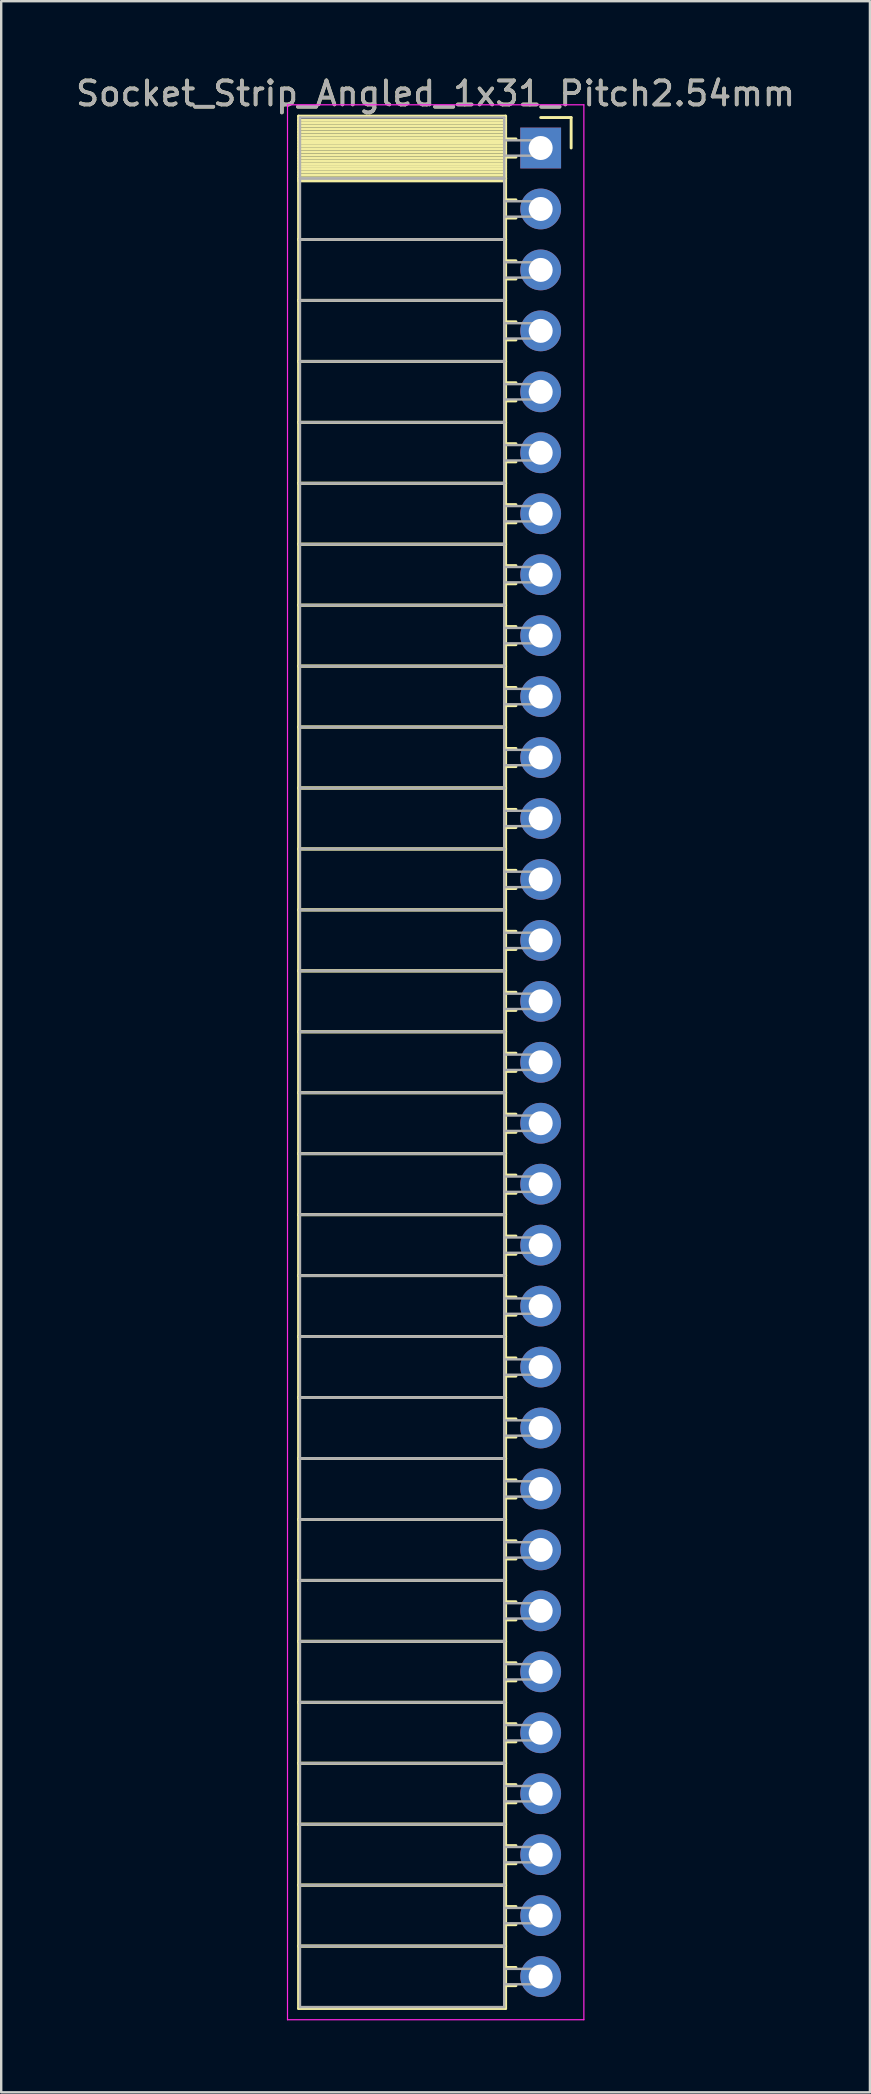
<source format=kicad_pcb>
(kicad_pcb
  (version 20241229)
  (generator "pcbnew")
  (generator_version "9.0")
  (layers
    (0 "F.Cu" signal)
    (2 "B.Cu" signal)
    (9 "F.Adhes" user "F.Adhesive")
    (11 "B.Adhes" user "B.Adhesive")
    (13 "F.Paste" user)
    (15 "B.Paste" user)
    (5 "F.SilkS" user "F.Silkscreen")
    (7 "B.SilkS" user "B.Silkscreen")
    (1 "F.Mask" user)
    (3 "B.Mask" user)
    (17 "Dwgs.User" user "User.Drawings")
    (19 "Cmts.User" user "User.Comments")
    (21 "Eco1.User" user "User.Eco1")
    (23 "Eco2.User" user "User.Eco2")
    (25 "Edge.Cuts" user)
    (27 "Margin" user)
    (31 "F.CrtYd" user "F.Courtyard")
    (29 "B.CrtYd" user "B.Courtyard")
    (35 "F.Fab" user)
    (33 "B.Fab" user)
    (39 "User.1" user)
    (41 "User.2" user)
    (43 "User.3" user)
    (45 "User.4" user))
  (footprint "Socket_Strip_Angled_1x31_Pitch2.54mm"
    (layer "F.Cu")
    (at 19.481 3.118)
    (property "Reference" "Socket_Strip_Angled_1x31_Pitch2.54mm" (at -4.38 -2.27 0) (layer "F.SilkS") (effects (font (size 1 1) (thickness 0.15))))
    (attr through_hole)
    (fp_line (start -10.09 -1.33) (end -1.46 -1.33) (stroke (width 0.12) (type solid)) (layer "F.SilkS"))
    (fp_line (start -10.09 1.27) (end -10.09 -1.33) (stroke (width 0.12) (type solid)) (layer "F.SilkS"))
    (fp_line (start -10.09 1.27) (end -1.46 1.27) (stroke (width 0.12) (type solid)) (layer "F.SilkS"))
    (fp_line (start -10.09 3.81) (end -10.09 1.27) (stroke (width 0.12) (type solid)) (layer "F.SilkS"))
    (fp_line (start -10.09 3.81) (end -1.46 3.81) (stroke (width 0.12) (type solid)) (layer "F.SilkS"))
    (fp_line (start -10.09 6.35) (end -10.09 3.81) (stroke (width 0.12) (type solid)) (layer "F.SilkS"))
    (fp_line (start -10.09 6.35) (end -1.46 6.35) (stroke (width 0.12) (type solid)) (layer "F.SilkS"))
    (fp_line (start -10.09 8.89) (end -10.09 6.35) (stroke (width 0.12) (type solid)) (layer "F.SilkS"))
    (fp_line (start -10.09 8.89) (end -1.46 8.89) (stroke (width 0.12) (type solid)) (layer "F.SilkS"))
    (fp_line (start -10.09 11.43) (end -10.09 8.89) (stroke (width 0.12) (type solid)) (layer "F.SilkS"))
    (fp_line (start -10.09 11.43) (end -1.46 11.43) (stroke (width 0.12) (type solid)) (layer "F.SilkS"))
    (fp_line (start -10.09 13.97) (end -10.09 11.43) (stroke (width 0.12) (type solid)) (layer "F.SilkS"))
    (fp_line (start -10.09 13.97) (end -1.46 13.97) (stroke (width 0.12) (type solid)) (layer "F.SilkS"))
    (fp_line (start -10.09 16.51) (end -10.09 13.97) (stroke (width 0.12) (type solid)) (layer "F.SilkS"))
    (fp_line (start -10.09 16.51) (end -1.46 16.51) (stroke (width 0.12) (type solid)) (layer "F.SilkS"))
    (fp_line (start -10.09 19.05) (end -10.09 16.51) (stroke (width 0.12) (type solid)) (layer "F.SilkS"))
    (fp_line (start -10.09 19.05) (end -1.46 19.05) (stroke (width 0.12) (type solid)) (layer "F.SilkS"))
    (fp_line (start -10.09 21.59) (end -10.09 19.05) (stroke (width 0.12) (type solid)) (layer "F.SilkS"))
    (fp_line (start -10.09 21.59) (end -1.46 21.59) (stroke (width 0.12) (type solid)) (layer "F.SilkS"))
    (fp_line (start -10.09 24.13) (end -10.09 21.59) (stroke (width 0.12) (type solid)) (layer "F.SilkS"))
    (fp_line (start -10.09 24.13) (end -1.46 24.13) (stroke (width 0.12) (type solid)) (layer "F.SilkS"))
    (fp_line (start -10.09 26.67) (end -10.09 24.13) (stroke (width 0.12) (type solid)) (layer "F.SilkS"))
    (fp_line (start -10.09 26.67) (end -1.46 26.67) (stroke (width 0.12) (type solid)) (layer "F.SilkS"))
    (fp_line (start -10.09 29.21) (end -10.09 26.67) (stroke (width 0.12) (type solid)) (layer "F.SilkS"))
    (fp_line (start -10.09 29.21) (end -1.46 29.21) (stroke (width 0.12) (type solid)) (layer "F.SilkS"))
    (fp_line (start -10.09 31.75) (end -10.09 29.21) (stroke (width 0.12) (type solid)) (layer "F.SilkS"))
    (fp_line (start -10.09 31.75) (end -1.46 31.75) (stroke (width 0.12) (type solid)) (layer "F.SilkS"))
    (fp_line (start -10.09 34.29) (end -10.09 31.75) (stroke (width 0.12) (type solid)) (layer "F.SilkS"))
    (fp_line (start -10.09 34.29) (end -1.46 34.29) (stroke (width 0.12) (type solid)) (layer "F.SilkS"))
    (fp_line (start -10.09 36.83) (end -10.09 34.29) (stroke (width 0.12) (type solid)) (layer "F.SilkS"))
    (fp_line (start -10.09 36.83) (end -1.46 36.83) (stroke (width 0.12) (type solid)) (layer "F.SilkS"))
    (fp_line (start -10.09 39.37) (end -10.09 36.83) (stroke (width 0.12) (type solid)) (layer "F.SilkS"))
    (fp_line (start -10.09 39.37) (end -1.46 39.37) (stroke (width 0.12) (type solid)) (layer "F.SilkS"))
    (fp_line (start -10.09 41.91) (end -10.09 39.37) (stroke (width 0.12) (type solid)) (layer "F.SilkS"))
    (fp_line (start -10.09 41.91) (end -1.46 41.91) (stroke (width 0.12) (type solid)) (layer "F.SilkS"))
    (fp_line (start -10.09 44.45) (end -10.09 41.91) (stroke (width 0.12) (type solid)) (layer "F.SilkS"))
    (fp_line (start -10.09 44.45) (end -1.46 44.45) (stroke (width 0.12) (type solid)) (layer "F.SilkS"))
    (fp_line (start -10.09 46.99) (end -10.09 44.45) (stroke (width 0.12) (type solid)) (layer "F.SilkS"))
    (fp_line (start -10.09 46.99) (end -1.46 46.99) (stroke (width 0.12) (type solid)) (layer "F.SilkS"))
    (fp_line (start -10.09 49.53) (end -10.09 46.99) (stroke (width 0.12) (type solid)) (layer "F.SilkS"))
    (fp_line (start -10.09 49.53) (end -1.46 49.53) (stroke (width 0.12) (type solid)) (layer "F.SilkS"))
    (fp_line (start -10.09 52.07) (end -10.09 49.53) (stroke (width 0.12) (type solid)) (layer "F.SilkS"))
    (fp_line (start -10.09 52.07) (end -1.46 52.07) (stroke (width 0.12) (type solid)) (layer "F.SilkS"))
    (fp_line (start -10.09 54.61) (end -10.09 52.07) (stroke (width 0.12) (type solid)) (layer "F.SilkS"))
    (fp_line (start -10.09 54.61) (end -1.46 54.61) (stroke (width 0.12) (type solid)) (layer "F.SilkS"))
    (fp_line (start -10.09 57.15) (end -10.09 54.61) (stroke (width 0.12) (type solid)) (layer "F.SilkS"))
    (fp_line (start -10.09 57.15) (end -1.46 57.15) (stroke (width 0.12) (type solid)) (layer "F.SilkS"))
    (fp_line (start -10.09 59.69) (end -10.09 57.15) (stroke (width 0.12) (type solid)) (layer "F.SilkS"))
    (fp_line (start -10.09 59.69) (end -1.46 59.69) (stroke (width 0.12) (type solid)) (layer "F.SilkS"))
    (fp_line (start -10.09 62.23) (end -10.09 59.69) (stroke (width 0.12) (type solid)) (layer "F.SilkS"))
    (fp_line (start -10.09 62.23) (end -1.46 62.23) (stroke (width 0.12) (type solid)) (layer "F.SilkS"))
    (fp_line (start -10.09 64.77) (end -10.09 62.23) (stroke (width 0.12) (type solid)) (layer "F.SilkS"))
    (fp_line (start -10.09 64.77) (end -1.46 64.77) (stroke (width 0.12) (type solid)) (layer "F.SilkS"))
    (fp_line (start -10.09 67.31) (end -10.09 64.77) (stroke (width 0.12) (type solid)) (layer "F.SilkS"))
    (fp_line (start -10.09 67.31) (end -1.46 67.31) (stroke (width 0.12) (type solid)) (layer "F.SilkS"))
    (fp_line (start -10.09 69.85) (end -10.09 67.31) (stroke (width 0.12) (type solid)) (layer "F.SilkS"))
    (fp_line (start -10.09 69.85) (end -1.46 69.85) (stroke (width 0.12) (type solid)) (layer "F.SilkS"))
    (fp_line (start -10.09 72.39) (end -10.09 69.85) (stroke (width 0.12) (type solid)) (layer "F.SilkS"))
    (fp_line (start -10.09 72.39) (end -1.46 72.39) (stroke (width 0.12) (type solid)) (layer "F.SilkS"))
    (fp_line (start -10.09 74.93) (end -10.09 72.39) (stroke (width 0.12) (type solid)) (layer "F.SilkS"))
    (fp_line (start -10.09 74.93) (end -1.46 74.93) (stroke (width 0.12) (type solid)) (layer "F.SilkS"))
    (fp_line (start -10.09 77.53) (end -10.09 74.93) (stroke (width 0.12) (type solid)) (layer "F.SilkS"))
    (fp_line (start -1.46 -1.33) (end -1.46 1.27) (stroke (width 0.12) (type solid)) (layer "F.SilkS"))
    (fp_line (start -1.46 -1.15) (end -10.09 -1.15) (stroke (width 0.12) (type solid)) (layer "F.SilkS"))
    (fp_line (start -1.46 -1.03) (end -10.09 -1.03) (stroke (width 0.12) (type solid)) (layer "F.SilkS"))
    (fp_line (start -1.46 -0.91) (end -10.09 -0.91) (stroke (width 0.12) (type solid)) (layer "F.SilkS"))
    (fp_line (start -1.46 -0.79) (end -10.09 -0.79) (stroke (width 0.12) (type solid)) (layer "F.SilkS"))
    (fp_line (start -1.46 -0.67) (end -10.09 -0.67) (stroke (width 0.12) (type solid)) (layer "F.SilkS"))
    (fp_line (start -1.46 -0.55) (end -10.09 -0.55) (stroke (width 0.12) (type solid)) (layer "F.SilkS"))
    (fp_line (start -1.46 -0.43) (end -10.09 -0.43) (stroke (width 0.12) (type solid)) (layer "F.SilkS"))
    (fp_line (start -1.46 -0.31) (end -10.09 -0.31) (stroke (width 0.12) (type solid)) (layer "F.SilkS"))
    (fp_line (start -1.46 -0.19) (end -10.09 -0.19) (stroke (width 0.12) (type solid)) (layer "F.SilkS"))
    (fp_line (start -1.46 -0.07) (end -10.09 -0.07) (stroke (width 0.12) (type solid)) (layer "F.SilkS"))
    (fp_line (start -1.46 0.05) (end -10.09 0.05) (stroke (width 0.12) (type solid)) (layer "F.SilkS"))
    (fp_line (start -1.46 0.17) (end -10.09 0.17) (stroke (width 0.12) (type solid)) (layer "F.SilkS"))
    (fp_line (start -1.46 0.29) (end -10.09 0.29) (stroke (width 0.12) (type solid)) (layer "F.SilkS"))
    (fp_line (start -1.46 0.41) (end -10.09 0.41) (stroke (width 0.12) (type solid)) (layer "F.SilkS"))
    (fp_line (start -1.46 0.53) (end -10.09 0.53) (stroke (width 0.12) (type solid)) (layer "F.SilkS"))
    (fp_line (start -1.46 0.65) (end -10.09 0.65) (stroke (width 0.12) (type solid)) (layer "F.SilkS"))
    (fp_line (start -1.46 0.77) (end -10.09 0.77) (stroke (width 0.12) (type solid)) (layer "F.SilkS"))
    (fp_line (start -1.46 0.89) (end -10.09 0.89) (stroke (width 0.12) (type solid)) (layer "F.SilkS"))
    (fp_line (start -1.46 1.01) (end -10.09 1.01) (stroke (width 0.12) (type solid)) (layer "F.SilkS"))
    (fp_line (start -1.46 1.13) (end -10.09 1.13) (stroke (width 0.12) (type solid)) (layer "F.SilkS"))
    (fp_line (start -1.46 1.25) (end -10.09 1.25) (stroke (width 0.12) (type solid)) (layer "F.SilkS"))
    (fp_line (start -1.46 1.27) (end -10.09 1.27) (stroke (width 0.12) (type solid)) (layer "F.SilkS"))
    (fp_line (start -1.46 1.27) (end -1.46 3.81) (stroke (width 0.12) (type solid)) (layer "F.SilkS"))
    (fp_line (start -1.46 1.37) (end -10.09 1.37) (stroke (width 0.12) (type solid)) (layer "F.SilkS"))
    (fp_line (start -1.46 3.81) (end -10.09 3.81) (stroke (width 0.12) (type solid)) (layer "F.SilkS"))
    (fp_line (start -1.46 3.81) (end -1.46 6.35) (stroke (width 0.12) (type solid)) (layer "F.SilkS"))
    (fp_line (start -1.46 6.35) (end -10.09 6.35) (stroke (width 0.12) (type solid)) (layer "F.SilkS"))
    (fp_line (start -1.46 6.35) (end -1.46 8.89) (stroke (width 0.12) (type solid)) (layer "F.SilkS"))
    (fp_line (start -1.46 8.89) (end -10.09 8.89) (stroke (width 0.12) (type solid)) (layer "F.SilkS"))
    (fp_line (start -1.46 8.89) (end -1.46 11.43) (stroke (width 0.12) (type solid)) (layer "F.SilkS"))
    (fp_line (start -1.46 11.43) (end -10.09 11.43) (stroke (width 0.12) (type solid)) (layer "F.SilkS"))
    (fp_line (start -1.46 11.43) (end -1.46 13.97) (stroke (width 0.12) (type solid)) (layer "F.SilkS"))
    (fp_line (start -1.46 13.97) (end -10.09 13.97) (stroke (width 0.12) (type solid)) (layer "F.SilkS"))
    (fp_line (start -1.46 13.97) (end -1.46 16.51) (stroke (width 0.12) (type solid)) (layer "F.SilkS"))
    (fp_line (start -1.46 16.51) (end -10.09 16.51) (stroke (width 0.12) (type solid)) (layer "F.SilkS"))
    (fp_line (start -1.46 16.51) (end -1.46 19.05) (stroke (width 0.12) (type solid)) (layer "F.SilkS"))
    (fp_line (start -1.46 19.05) (end -10.09 19.05) (stroke (width 0.12) (type solid)) (layer "F.SilkS"))
    (fp_line (start -1.46 19.05) (end -1.46 21.59) (stroke (width 0.12) (type solid)) (layer "F.SilkS"))
    (fp_line (start -1.46 21.59) (end -10.09 21.59) (stroke (width 0.12) (type solid)) (layer "F.SilkS"))
    (fp_line (start -1.46 21.59) (end -1.46 24.13) (stroke (width 0.12) (type solid)) (layer "F.SilkS"))
    (fp_line (start -1.46 24.13) (end -10.09 24.13) (stroke (width 0.12) (type solid)) (layer "F.SilkS"))
    (fp_line (start -1.46 24.13) (end -1.46 26.67) (stroke (width 0.12) (type solid)) (layer "F.SilkS"))
    (fp_line (start -1.46 26.67) (end -10.09 26.67) (stroke (width 0.12) (type solid)) (layer "F.SilkS"))
    (fp_line (start -1.46 26.67) (end -1.46 29.21) (stroke (width 0.12) (type solid)) (layer "F.SilkS"))
    (fp_line (start -1.46 29.21) (end -10.09 29.21) (stroke (width 0.12) (type solid)) (layer "F.SilkS"))
    (fp_line (start -1.46 29.21) (end -1.46 31.75) (stroke (width 0.12) (type solid)) (layer "F.SilkS"))
    (fp_line (start -1.46 31.75) (end -10.09 31.75) (stroke (width 0.12) (type solid)) (layer "F.SilkS"))
    (fp_line (start -1.46 31.75) (end -1.46 34.29) (stroke (width 0.12) (type solid)) (layer "F.SilkS"))
    (fp_line (start -1.46 34.29) (end -10.09 34.29) (stroke (width 0.12) (type solid)) (layer "F.SilkS"))
    (fp_line (start -1.46 34.29) (end -1.46 36.83) (stroke (width 0.12) (type solid)) (layer "F.SilkS"))
    (fp_line (start -1.46 36.83) (end -10.09 36.83) (stroke (width 0.12) (type solid)) (layer "F.SilkS"))
    (fp_line (start -1.46 36.83) (end -1.46 39.37) (stroke (width 0.12) (type solid)) (layer "F.SilkS"))
    (fp_line (start -1.46 39.37) (end -10.09 39.37) (stroke (width 0.12) (type solid)) (layer "F.SilkS"))
    (fp_line (start -1.46 39.37) (end -1.46 41.91) (stroke (width 0.12) (type solid)) (layer "F.SilkS"))
    (fp_line (start -1.46 41.91) (end -10.09 41.91) (stroke (width 0.12) (type solid)) (layer "F.SilkS"))
    (fp_line (start -1.46 41.91) (end -1.46 44.45) (stroke (width 0.12) (type solid)) (layer "F.SilkS"))
    (fp_line (start -1.46 44.45) (end -10.09 44.45) (stroke (width 0.12) (type solid)) (layer "F.SilkS"))
    (fp_line (start -1.46 44.45) (end -1.46 46.99) (stroke (width 0.12) (type solid)) (layer "F.SilkS"))
    (fp_line (start -1.46 46.99) (end -10.09 46.99) (stroke (width 0.12) (type solid)) (layer "F.SilkS"))
    (fp_line (start -1.46 46.99) (end -1.46 49.53) (stroke (width 0.12) (type solid)) (layer "F.SilkS"))
    (fp_line (start -1.46 49.53) (end -10.09 49.53) (stroke (width 0.12) (type solid)) (layer "F.SilkS"))
    (fp_line (start -1.46 49.53) (end -1.46 52.07) (stroke (width 0.12) (type solid)) (layer "F.SilkS"))
    (fp_line (start -1.46 52.07) (end -10.09 52.07) (stroke (width 0.12) (type solid)) (layer "F.SilkS"))
    (fp_line (start -1.46 52.07) (end -1.46 54.61) (stroke (width 0.12) (type solid)) (layer "F.SilkS"))
    (fp_line (start -1.46 54.61) (end -10.09 54.61) (stroke (width 0.12) (type solid)) (layer "F.SilkS"))
    (fp_line (start -1.46 54.61) (end -1.46 57.15) (stroke (width 0.12) (type solid)) (layer "F.SilkS"))
    (fp_line (start -1.46 57.15) (end -10.09 57.15) (stroke (width 0.12) (type solid)) (layer "F.SilkS"))
    (fp_line (start -1.46 57.15) (end -1.46 59.69) (stroke (width 0.12) (type solid)) (layer "F.SilkS"))
    (fp_line (start -1.46 59.69) (end -10.09 59.69) (stroke (width 0.12) (type solid)) (layer "F.SilkS"))
    (fp_line (start -1.46 59.69) (end -1.46 62.23) (stroke (width 0.12) (type solid)) (layer "F.SilkS"))
    (fp_line (start -1.46 62.23) (end -10.09 62.23) (stroke (width 0.12) (type solid)) (layer "F.SilkS"))
    (fp_line (start -1.46 62.23) (end -1.46 64.77) (stroke (width 0.12) (type solid)) (layer "F.SilkS"))
    (fp_line (start -1.46 64.77) (end -10.09 64.77) (stroke (width 0.12) (type solid)) (layer "F.SilkS"))
    (fp_line (start -1.46 64.77) (end -1.46 67.31) (stroke (width 0.12) (type solid)) (layer "F.SilkS"))
    (fp_line (start -1.46 67.31) (end -10.09 67.31) (stroke (width 0.12) (type solid)) (layer "F.SilkS"))
    (fp_line (start -1.46 67.31) (end -1.46 69.85) (stroke (width 0.12) (type solid)) (layer "F.SilkS"))
    (fp_line (start -1.46 69.85) (end -10.09 69.85) (stroke (width 0.12) (type solid)) (layer "F.SilkS"))
    (fp_line (start -1.46 69.85) (end -1.46 72.39) (stroke (width 0.12) (type solid)) (layer "F.SilkS"))
    (fp_line (start -1.46 72.39) (end -10.09 72.39) (stroke (width 0.12) (type solid)) (layer "F.SilkS"))
    (fp_line (start -1.46 72.39) (end -1.46 74.93) (stroke (width 0.12) (type solid)) (layer "F.SilkS"))
    (fp_line (start -1.46 74.93) (end -10.09 74.93) (stroke (width 0.12) (type solid)) (layer "F.SilkS"))
    (fp_line (start -1.46 74.93) (end -1.46 77.53) (stroke (width 0.12) (type solid)) (layer "F.SilkS"))
    (fp_line (start -1.46 77.53) (end -10.09 77.53) (stroke (width 0.12) (type solid)) (layer "F.SilkS"))
    (fp_line (start -1.03 -0.38) (end -1.46 -0.38) (stroke (width 0.12) (type solid)) (layer "F.SilkS"))
    (fp_line (start -1.03 0.38) (end -1.46 0.38) (stroke (width 0.12) (type solid)) (layer "F.SilkS"))
    (fp_line (start -1.03 2.16) (end -1.46 2.16) (stroke (width 0.12) (type solid)) (layer "F.SilkS"))
    (fp_line (start -1.03 2.92) (end -1.46 2.92) (stroke (width 0.12) (type solid)) (layer "F.SilkS"))
    (fp_line (start -1.03 4.7) (end -1.46 4.7) (stroke (width 0.12) (type solid)) (layer "F.SilkS"))
    (fp_line (start -1.03 5.46) (end -1.46 5.46) (stroke (width 0.12) (type solid)) (layer "F.SilkS"))
    (fp_line (start -1.03 7.24) (end -1.46 7.24) (stroke (width 0.12) (type solid)) (layer "F.SilkS"))
    (fp_line (start -1.03 8) (end -1.46 8) (stroke (width 0.12) (type solid)) (layer "F.SilkS"))
    (fp_line (start -1.03 9.78) (end -1.46 9.78) (stroke (width 0.12) (type solid)) (layer "F.SilkS"))
    (fp_line (start -1.03 10.54) (end -1.46 10.54) (stroke (width 0.12) (type solid)) (layer "F.SilkS"))
    (fp_line (start -1.03 12.32) (end -1.46 12.32) (stroke (width 0.12) (type solid)) (layer "F.SilkS"))
    (fp_line (start -1.03 13.08) (end -1.46 13.08) (stroke (width 0.12) (type solid)) (layer "F.SilkS"))
    (fp_line (start -1.03 14.86) (end -1.46 14.86) (stroke (width 0.12) (type solid)) (layer "F.SilkS"))
    (fp_line (start -1.03 15.62) (end -1.46 15.62) (stroke (width 0.12) (type solid)) (layer "F.SilkS"))
    (fp_line (start -1.03 17.4) (end -1.46 17.4) (stroke (width 0.12) (type solid)) (layer "F.SilkS"))
    (fp_line (start -1.03 18.16) (end -1.46 18.16) (stroke (width 0.12) (type solid)) (layer "F.SilkS"))
    (fp_line (start -1.03 19.94) (end -1.46 19.94) (stroke (width 0.12) (type solid)) (layer "F.SilkS"))
    (fp_line (start -1.03 20.7) (end -1.46 20.7) (stroke (width 0.12) (type solid)) (layer "F.SilkS"))
    (fp_line (start -1.03 22.48) (end -1.46 22.48) (stroke (width 0.12) (type solid)) (layer "F.SilkS"))
    (fp_line (start -1.03 23.24) (end -1.46 23.24) (stroke (width 0.12) (type solid)) (layer "F.SilkS"))
    (fp_line (start -1.03 25.02) (end -1.46 25.02) (stroke (width 0.12) (type solid)) (layer "F.SilkS"))
    (fp_line (start -1.03 25.78) (end -1.46 25.78) (stroke (width 0.12) (type solid)) (layer "F.SilkS"))
    (fp_line (start -1.03 27.56) (end -1.46 27.56) (stroke (width 0.12) (type solid)) (layer "F.SilkS"))
    (fp_line (start -1.03 28.32) (end -1.46 28.32) (stroke (width 0.12) (type solid)) (layer "F.SilkS"))
    (fp_line (start -1.03 30.1) (end -1.46 30.1) (stroke (width 0.12) (type solid)) (layer "F.SilkS"))
    (fp_line (start -1.03 30.86) (end -1.46 30.86) (stroke (width 0.12) (type solid)) (layer "F.SilkS"))
    (fp_line (start -1.03 32.64) (end -1.46 32.64) (stroke (width 0.12) (type solid)) (layer "F.SilkS"))
    (fp_line (start -1.03 33.4) (end -1.46 33.4) (stroke (width 0.12) (type solid)) (layer "F.SilkS"))
    (fp_line (start -1.03 35.18) (end -1.46 35.18) (stroke (width 0.12) (type solid)) (layer "F.SilkS"))
    (fp_line (start -1.03 35.94) (end -1.46 35.94) (stroke (width 0.12) (type solid)) (layer "F.SilkS"))
    (fp_line (start -1.03 37.72) (end -1.46 37.72) (stroke (width 0.12) (type solid)) (layer "F.SilkS"))
    (fp_line (start -1.03 38.48) (end -1.46 38.48) (stroke (width 0.12) (type solid)) (layer "F.SilkS"))
    (fp_line (start -1.03 40.26) (end -1.46 40.26) (stroke (width 0.12) (type solid)) (layer "F.SilkS"))
    (fp_line (start -1.03 41.02) (end -1.46 41.02) (stroke (width 0.12) (type solid)) (layer "F.SilkS"))
    (fp_line (start -1.03 42.8) (end -1.46 42.8) (stroke (width 0.12) (type solid)) (layer "F.SilkS"))
    (fp_line (start -1.03 43.56) (end -1.46 43.56) (stroke (width 0.12) (type solid)) (layer "F.SilkS"))
    (fp_line (start -1.03 45.34) (end -1.46 45.34) (stroke (width 0.12) (type solid)) (layer "F.SilkS"))
    (fp_line (start -1.03 46.1) (end -1.46 46.1) (stroke (width 0.12) (type solid)) (layer "F.SilkS"))
    (fp_line (start -1.03 47.88) (end -1.46 47.88) (stroke (width 0.12) (type solid)) (layer "F.SilkS"))
    (fp_line (start -1.03 48.64) (end -1.46 48.64) (stroke (width 0.12) (type solid)) (layer "F.SilkS"))
    (fp_line (start -1.03 50.42) (end -1.46 50.42) (stroke (width 0.12) (type solid)) (layer "F.SilkS"))
    (fp_line (start -1.03 51.18) (end -1.46 51.18) (stroke (width 0.12) (type solid)) (layer "F.SilkS"))
    (fp_line (start -1.03 52.96) (end -1.46 52.96) (stroke (width 0.12) (type solid)) (layer "F.SilkS"))
    (fp_line (start -1.03 53.72) (end -1.46 53.72) (stroke (width 0.12) (type solid)) (layer "F.SilkS"))
    (fp_line (start -1.03 55.5) (end -1.46 55.5) (stroke (width 0.12) (type solid)) (layer "F.SilkS"))
    (fp_line (start -1.03 56.26) (end -1.46 56.26) (stroke (width 0.12) (type solid)) (layer "F.SilkS"))
    (fp_line (start -1.03 58.04) (end -1.46 58.04) (stroke (width 0.12) (type solid)) (layer "F.SilkS"))
    (fp_line (start -1.03 58.8) (end -1.46 58.8) (stroke (width 0.12) (type solid)) (layer "F.SilkS"))
    (fp_line (start -1.03 60.58) (end -1.46 60.58) (stroke (width 0.12) (type solid)) (layer "F.SilkS"))
    (fp_line (start -1.03 61.34) (end -1.46 61.34) (stroke (width 0.12) (type solid)) (layer "F.SilkS"))
    (fp_line (start -1.03 63.12) (end -1.46 63.12) (stroke (width 0.12) (type solid)) (layer "F.SilkS"))
    (fp_line (start -1.03 63.88) (end -1.46 63.88) (stroke (width 0.12) (type solid)) (layer "F.SilkS"))
    (fp_line (start -1.03 65.66) (end -1.46 65.66) (stroke (width 0.12) (type solid)) (layer "F.SilkS"))
    (fp_line (start -1.03 66.42) (end -1.46 66.42) (stroke (width 0.12) (type solid)) (layer "F.SilkS"))
    (fp_line (start -1.03 68.2) (end -1.46 68.2) (stroke (width 0.12) (type solid)) (layer "F.SilkS"))
    (fp_line (start -1.03 68.96) (end -1.46 68.96) (stroke (width 0.12) (type solid)) (layer "F.SilkS"))
    (fp_line (start -1.03 70.74) (end -1.46 70.74) (stroke (width 0.12) (type solid)) (layer "F.SilkS"))
    (fp_line (start -1.03 71.5) (end -1.46 71.5) (stroke (width 0.12) (type solid)) (layer "F.SilkS"))
    (fp_line (start -1.03 73.28) (end -1.46 73.28) (stroke (width 0.12) (type solid)) (layer "F.SilkS"))
    (fp_line (start -1.03 74.04) (end -1.46 74.04) (stroke (width 0.12) (type solid)) (layer "F.SilkS"))
    (fp_line (start -1.03 75.82) (end -1.46 75.82) (stroke (width 0.12) (type solid)) (layer "F.SilkS"))
    (fp_line (start -1.03 76.58) (end -1.46 76.58) (stroke (width 0.12) (type solid)) (layer "F.SilkS"))
    (fp_line (start 0 -1.27) (end 1.27 -1.27) (stroke (width 0.12) (type solid)) (layer "F.SilkS"))
    (fp_line (start 1.27 -1.27) (end 1.27 0) (stroke (width 0.12) (type solid)) (layer "F.SilkS"))
    (fp_line (start -10.55 -1.8) (end 1.8 -1.8) (stroke (width 0.05) (type solid)) (layer "F.CrtYd"))
    (fp_line (start -10.55 78) (end -10.55 -1.8) (stroke (width 0.05) (type solid)) (layer "F.CrtYd"))
    (fp_line (start 1.8 -1.8) (end 1.8 78) (stroke (width 0.05) (type solid)) (layer "F.CrtYd"))
    (fp_line (start 1.8 78) (end -10.55 78) (stroke (width 0.05) (type solid)) (layer "F.CrtYd"))
    (fp_line (start -10.03 -1.27) (end -1.52 -1.27) (stroke (width 0.1) (type solid)) (layer "F.Fab"))
    (fp_line (start -10.03 1.27) (end -10.03 -1.27) (stroke (width 0.1) (type solid)) (layer "F.Fab"))
    (fp_line (start -10.03 1.27) (end -1.52 1.27) (stroke (width 0.1) (type solid)) (layer "F.Fab"))
    (fp_line (start -10.03 3.81) (end -10.03 1.27) (stroke (width 0.1) (type solid)) (layer "F.Fab"))
    (fp_line (start -10.03 3.81) (end -1.52 3.81) (stroke (width 0.1) (type solid)) (layer "F.Fab"))
    (fp_line (start -10.03 6.35) (end -10.03 3.81) (stroke (width 0.1) (type solid)) (layer "F.Fab"))
    (fp_line (start -10.03 6.35) (end -1.52 6.35) (stroke (width 0.1) (type solid)) (layer "F.Fab"))
    (fp_line (start -10.03 8.89) (end -10.03 6.35) (stroke (width 0.1) (type solid)) (layer "F.Fab"))
    (fp_line (start -10.03 8.89) (end -1.52 8.89) (stroke (width 0.1) (type solid)) (layer "F.Fab"))
    (fp_line (start -10.03 11.43) (end -10.03 8.89) (stroke (width 0.1) (type solid)) (layer "F.Fab"))
    (fp_line (start -10.03 11.43) (end -1.52 11.43) (stroke (width 0.1) (type solid)) (layer "F.Fab"))
    (fp_line (start -10.03 13.97) (end -10.03 11.43) (stroke (width 0.1) (type solid)) (layer "F.Fab"))
    (fp_line (start -10.03 13.97) (end -1.52 13.97) (stroke (width 0.1) (type solid)) (layer "F.Fab"))
    (fp_line (start -10.03 16.51) (end -10.03 13.97) (stroke (width 0.1) (type solid)) (layer "F.Fab"))
    (fp_line (start -10.03 16.51) (end -1.52 16.51) (stroke (width 0.1) (type solid)) (layer "F.Fab"))
    (fp_line (start -10.03 19.05) (end -10.03 16.51) (stroke (width 0.1) (type solid)) (layer "F.Fab"))
    (fp_line (start -10.03 19.05) (end -1.52 19.05) (stroke (width 0.1) (type solid)) (layer "F.Fab"))
    (fp_line (start -10.03 21.59) (end -10.03 19.05) (stroke (width 0.1) (type solid)) (layer "F.Fab"))
    (fp_line (start -10.03 21.59) (end -1.52 21.59) (stroke (width 0.1) (type solid)) (layer "F.Fab"))
    (fp_line (start -10.03 24.13) (end -10.03 21.59) (stroke (width 0.1) (type solid)) (layer "F.Fab"))
    (fp_line (start -10.03 24.13) (end -1.52 24.13) (stroke (width 0.1) (type solid)) (layer "F.Fab"))
    (fp_line (start -10.03 26.67) (end -10.03 24.13) (stroke (width 0.1) (type solid)) (layer "F.Fab"))
    (fp_line (start -10.03 26.67) (end -1.52 26.67) (stroke (width 0.1) (type solid)) (layer "F.Fab"))
    (fp_line (start -10.03 29.21) (end -10.03 26.67) (stroke (width 0.1) (type solid)) (layer "F.Fab"))
    (fp_line (start -10.03 29.21) (end -1.52 29.21) (stroke (width 0.1) (type solid)) (layer "F.Fab"))
    (fp_line (start -10.03 31.75) (end -10.03 29.21) (stroke (width 0.1) (type solid)) (layer "F.Fab"))
    (fp_line (start -10.03 31.75) (end -1.52 31.75) (stroke (width 0.1) (type solid)) (layer "F.Fab"))
    (fp_line (start -10.03 34.29) (end -10.03 31.75) (stroke (width 0.1) (type solid)) (layer "F.Fab"))
    (fp_line (start -10.03 34.29) (end -1.52 34.29) (stroke (width 0.1) (type solid)) (layer "F.Fab"))
    (fp_line (start -10.03 36.83) (end -10.03 34.29) (stroke (width 0.1) (type solid)) (layer "F.Fab"))
    (fp_line (start -10.03 36.83) (end -1.52 36.83) (stroke (width 0.1) (type solid)) (layer "F.Fab"))
    (fp_line (start -10.03 39.37) (end -10.03 36.83) (stroke (width 0.1) (type solid)) (layer "F.Fab"))
    (fp_line (start -10.03 39.37) (end -1.52 39.37) (stroke (width 0.1) (type solid)) (layer "F.Fab"))
    (fp_line (start -10.03 41.91) (end -10.03 39.37) (stroke (width 0.1) (type solid)) (layer "F.Fab"))
    (fp_line (start -10.03 41.91) (end -1.52 41.91) (stroke (width 0.1) (type solid)) (layer "F.Fab"))
    (fp_line (start -10.03 44.45) (end -10.03 41.91) (stroke (width 0.1) (type solid)) (layer "F.Fab"))
    (fp_line (start -10.03 44.45) (end -1.52 44.45) (stroke (width 0.1) (type solid)) (layer "F.Fab"))
    (fp_line (start -10.03 46.99) (end -10.03 44.45) (stroke (width 0.1) (type solid)) (layer "F.Fab"))
    (fp_line (start -10.03 46.99) (end -1.52 46.99) (stroke (width 0.1) (type solid)) (layer "F.Fab"))
    (fp_line (start -10.03 49.53) (end -10.03 46.99) (stroke (width 0.1) (type solid)) (layer "F.Fab"))
    (fp_line (start -10.03 49.53) (end -1.52 49.53) (stroke (width 0.1) (type solid)) (layer "F.Fab"))
    (fp_line (start -10.03 52.07) (end -10.03 49.53) (stroke (width 0.1) (type solid)) (layer "F.Fab"))
    (fp_line (start -10.03 52.07) (end -1.52 52.07) (stroke (width 0.1) (type solid)) (layer "F.Fab"))
    (fp_line (start -10.03 54.61) (end -10.03 52.07) (stroke (width 0.1) (type solid)) (layer "F.Fab"))
    (fp_line (start -10.03 54.61) (end -1.52 54.61) (stroke (width 0.1) (type solid)) (layer "F.Fab"))
    (fp_line (start -10.03 57.15) (end -10.03 54.61) (stroke (width 0.1) (type solid)) (layer "F.Fab"))
    (fp_line (start -10.03 57.15) (end -1.52 57.15) (stroke (width 0.1) (type solid)) (layer "F.Fab"))
    (fp_line (start -10.03 59.69) (end -10.03 57.15) (stroke (width 0.1) (type solid)) (layer "F.Fab"))
    (fp_line (start -10.03 59.69) (end -1.52 59.69) (stroke (width 0.1) (type solid)) (layer "F.Fab"))
    (fp_line (start -10.03 62.23) (end -10.03 59.69) (stroke (width 0.1) (type solid)) (layer "F.Fab"))
    (fp_line (start -10.03 62.23) (end -1.52 62.23) (stroke (width 0.1) (type solid)) (layer "F.Fab"))
    (fp_line (start -10.03 64.77) (end -10.03 62.23) (stroke (width 0.1) (type solid)) (layer "F.Fab"))
    (fp_line (start -10.03 64.77) (end -1.52 64.77) (stroke (width 0.1) (type solid)) (layer "F.Fab"))
    (fp_line (start -10.03 67.31) (end -10.03 64.77) (stroke (width 0.1) (type solid)) (layer "F.Fab"))
    (fp_line (start -10.03 67.31) (end -1.52 67.31) (stroke (width 0.1) (type solid)) (layer "F.Fab"))
    (fp_line (start -10.03 69.85) (end -10.03 67.31) (stroke (width 0.1) (type solid)) (layer "F.Fab"))
    (fp_line (start -10.03 69.85) (end -1.52 69.85) (stroke (width 0.1) (type solid)) (layer "F.Fab"))
    (fp_line (start -10.03 72.39) (end -10.03 69.85) (stroke (width 0.1) (type solid)) (layer "F.Fab"))
    (fp_line (start -10.03 72.39) (end -1.52 72.39) (stroke (width 0.1) (type solid)) (layer "F.Fab"))
    (fp_line (start -10.03 74.93) (end -10.03 72.39) (stroke (width 0.1) (type solid)) (layer "F.Fab"))
    (fp_line (start -10.03 74.93) (end -1.52 74.93) (stroke (width 0.1) (type solid)) (layer "F.Fab"))
    (fp_line (start -10.03 77.47) (end -10.03 74.93) (stroke (width 0.1) (type solid)) (layer "F.Fab"))
    (fp_line (start -1.52 -1.27) (end -1.52 1.27) (stroke (width 0.1) (type solid)) (layer "F.Fab"))
    (fp_line (start -1.52 -0.32) (end 0 -0.32) (stroke (width 0.1) (type solid)) (layer "F.Fab"))
    (fp_line (start -1.52 0.32) (end -1.52 -0.32) (stroke (width 0.1) (type solid)) (layer "F.Fab"))
    (fp_line (start -1.52 1.27) (end -10.03 1.27) (stroke (width 0.1) (type solid)) (layer "F.Fab"))
    (fp_line (start -1.52 1.27) (end -1.52 3.81) (stroke (width 0.1) (type solid)) (layer "F.Fab"))
    (fp_line (start -1.52 2.22) (end 0 2.22) (stroke (width 0.1) (type solid)) (layer "F.Fab"))
    (fp_line (start -1.52 2.86) (end -1.52 2.22) (stroke (width 0.1) (type solid)) (layer "F.Fab"))
    (fp_line (start -1.52 3.81) (end -10.03 3.81) (stroke (width 0.1) (type solid)) (layer "F.Fab"))
    (fp_line (start -1.52 3.81) (end -1.52 6.35) (stroke (width 0.1) (type solid)) (layer "F.Fab"))
    (fp_line (start -1.52 4.76) (end 0 4.76) (stroke (width 0.1) (type solid)) (layer "F.Fab"))
    (fp_line (start -1.52 5.4) (end -1.52 4.76) (stroke (width 0.1) (type solid)) (layer "F.Fab"))
    (fp_line (start -1.52 6.35) (end -10.03 6.35) (stroke (width 0.1) (type solid)) (layer "F.Fab"))
    (fp_line (start -1.52 6.35) (end -1.52 8.89) (stroke (width 0.1) (type solid)) (layer "F.Fab"))
    (fp_line (start -1.52 7.3) (end 0 7.3) (stroke (width 0.1) (type solid)) (layer "F.Fab"))
    (fp_line (start -1.52 7.94) (end -1.52 7.3) (stroke (width 0.1) (type solid)) (layer "F.Fab"))
    (fp_line (start -1.52 8.89) (end -10.03 8.89) (stroke (width 0.1) (type solid)) (layer "F.Fab"))
    (fp_line (start -1.52 8.89) (end -1.52 11.43) (stroke (width 0.1) (type solid)) (layer "F.Fab"))
    (fp_line (start -1.52 9.84) (end 0 9.84) (stroke (width 0.1) (type solid)) (layer "F.Fab"))
    (fp_line (start -1.52 10.48) (end -1.52 9.84) (stroke (width 0.1) (type solid)) (layer "F.Fab"))
    (fp_line (start -1.52 11.43) (end -10.03 11.43) (stroke (width 0.1) (type solid)) (layer "F.Fab"))
    (fp_line (start -1.52 11.43) (end -1.52 13.97) (stroke (width 0.1) (type solid)) (layer "F.Fab"))
    (fp_line (start -1.52 12.38) (end 0 12.38) (stroke (width 0.1) (type solid)) (layer "F.Fab"))
    (fp_line (start -1.52 13.02) (end -1.52 12.38) (stroke (width 0.1) (type solid)) (layer "F.Fab"))
    (fp_line (start -1.52 13.97) (end -10.03 13.97) (stroke (width 0.1) (type solid)) (layer "F.Fab"))
    (fp_line (start -1.52 13.97) (end -1.52 16.51) (stroke (width 0.1) (type solid)) (layer "F.Fab"))
    (fp_line (start -1.52 14.92) (end 0 14.92) (stroke (width 0.1) (type solid)) (layer "F.Fab"))
    (fp_line (start -1.52 15.56) (end -1.52 14.92) (stroke (width 0.1) (type solid)) (layer "F.Fab"))
    (fp_line (start -1.52 16.51) (end -10.03 16.51) (stroke (width 0.1) (type solid)) (layer "F.Fab"))
    (fp_line (start -1.52 16.51) (end -1.52 19.05) (stroke (width 0.1) (type solid)) (layer "F.Fab"))
    (fp_line (start -1.52 17.46) (end 0 17.46) (stroke (width 0.1) (type solid)) (layer "F.Fab"))
    (fp_line (start -1.52 18.1) (end -1.52 17.46) (stroke (width 0.1) (type solid)) (layer "F.Fab"))
    (fp_line (start -1.52 19.05) (end -10.03 19.05) (stroke (width 0.1) (type solid)) (layer "F.Fab"))
    (fp_line (start -1.52 19.05) (end -1.52 21.59) (stroke (width 0.1) (type solid)) (layer "F.Fab"))
    (fp_line (start -1.52 20) (end 0 20) (stroke (width 0.1) (type solid)) (layer "F.Fab"))
    (fp_line (start -1.52 20.64) (end -1.52 20) (stroke (width 0.1) (type solid)) (layer "F.Fab"))
    (fp_line (start -1.52 21.59) (end -10.03 21.59) (stroke (width 0.1) (type solid)) (layer "F.Fab"))
    (fp_line (start -1.52 21.59) (end -1.52 24.13) (stroke (width 0.1) (type solid)) (layer "F.Fab"))
    (fp_line (start -1.52 22.54) (end 0 22.54) (stroke (width 0.1) (type solid)) (layer "F.Fab"))
    (fp_line (start -1.52 23.18) (end -1.52 22.54) (stroke (width 0.1) (type solid)) (layer "F.Fab"))
    (fp_line (start -1.52 24.13) (end -10.03 24.13) (stroke (width 0.1) (type solid)) (layer "F.Fab"))
    (fp_line (start -1.52 24.13) (end -1.52 26.67) (stroke (width 0.1) (type solid)) (layer "F.Fab"))
    (fp_line (start -1.52 25.08) (end 0 25.08) (stroke (width 0.1) (type solid)) (layer "F.Fab"))
    (fp_line (start -1.52 25.72) (end -1.52 25.08) (stroke (width 0.1) (type solid)) (layer "F.Fab"))
    (fp_line (start -1.52 26.67) (end -10.03 26.67) (stroke (width 0.1) (type solid)) (layer "F.Fab"))
    (fp_line (start -1.52 26.67) (end -1.52 29.21) (stroke (width 0.1) (type solid)) (layer "F.Fab"))
    (fp_line (start -1.52 27.62) (end 0 27.62) (stroke (width 0.1) (type solid)) (layer "F.Fab"))
    (fp_line (start -1.52 28.26) (end -1.52 27.62) (stroke (width 0.1) (type solid)) (layer "F.Fab"))
    (fp_line (start -1.52 29.21) (end -10.03 29.21) (stroke (width 0.1) (type solid)) (layer "F.Fab"))
    (fp_line (start -1.52 29.21) (end -1.52 31.75) (stroke (width 0.1) (type solid)) (layer "F.Fab"))
    (fp_line (start -1.52 30.16) (end 0 30.16) (stroke (width 0.1) (type solid)) (layer "F.Fab"))
    (fp_line (start -1.52 30.8) (end -1.52 30.16) (stroke (width 0.1) (type solid)) (layer "F.Fab"))
    (fp_line (start -1.52 31.75) (end -10.03 31.75) (stroke (width 0.1) (type solid)) (layer "F.Fab"))
    (fp_line (start -1.52 31.75) (end -1.52 34.29) (stroke (width 0.1) (type solid)) (layer "F.Fab"))
    (fp_line (start -1.52 32.7) (end 0 32.7) (stroke (width 0.1) (type solid)) (layer "F.Fab"))
    (fp_line (start -1.52 33.34) (end -1.52 32.7) (stroke (width 0.1) (type solid)) (layer "F.Fab"))
    (fp_line (start -1.52 34.29) (end -10.03 34.29) (stroke (width 0.1) (type solid)) (layer "F.Fab"))
    (fp_line (start -1.52 34.29) (end -1.52 36.83) (stroke (width 0.1) (type solid)) (layer "F.Fab"))
    (fp_line (start -1.52 35.24) (end 0 35.24) (stroke (width 0.1) (type solid)) (layer "F.Fab"))
    (fp_line (start -1.52 35.88) (end -1.52 35.24) (stroke (width 0.1) (type solid)) (layer "F.Fab"))
    (fp_line (start -1.52 36.83) (end -10.03 36.83) (stroke (width 0.1) (type solid)) (layer "F.Fab"))
    (fp_line (start -1.52 36.83) (end -1.52 39.37) (stroke (width 0.1) (type solid)) (layer "F.Fab"))
    (fp_line (start -1.52 37.78) (end 0 37.78) (stroke (width 0.1) (type solid)) (layer "F.Fab"))
    (fp_line (start -1.52 38.42) (end -1.52 37.78) (stroke (width 0.1) (type solid)) (layer "F.Fab"))
    (fp_line (start -1.52 39.37) (end -10.03 39.37) (stroke (width 0.1) (type solid)) (layer "F.Fab"))
    (fp_line (start -1.52 39.37) (end -1.52 41.91) (stroke (width 0.1) (type solid)) (layer "F.Fab"))
    (fp_line (start -1.52 40.32) (end 0 40.32) (stroke (width 0.1) (type solid)) (layer "F.Fab"))
    (fp_line (start -1.52 40.96) (end -1.52 40.32) (stroke (width 0.1) (type solid)) (layer "F.Fab"))
    (fp_line (start -1.52 41.91) (end -10.03 41.91) (stroke (width 0.1) (type solid)) (layer "F.Fab"))
    (fp_line (start -1.52 41.91) (end -1.52 44.45) (stroke (width 0.1) (type solid)) (layer "F.Fab"))
    (fp_line (start -1.52 42.86) (end 0 42.86) (stroke (width 0.1) (type solid)) (layer "F.Fab"))
    (fp_line (start -1.52 43.5) (end -1.52 42.86) (stroke (width 0.1) (type solid)) (layer "F.Fab"))
    (fp_line (start -1.52 44.45) (end -10.03 44.45) (stroke (width 0.1) (type solid)) (layer "F.Fab"))
    (fp_line (start -1.52 44.45) (end -1.52 46.99) (stroke (width 0.1) (type solid)) (layer "F.Fab"))
    (fp_line (start -1.52 45.4) (end 0 45.4) (stroke (width 0.1) (type solid)) (layer "F.Fab"))
    (fp_line (start -1.52 46.04) (end -1.52 45.4) (stroke (width 0.1) (type solid)) (layer "F.Fab"))
    (fp_line (start -1.52 46.99) (end -10.03 46.99) (stroke (width 0.1) (type solid)) (layer "F.Fab"))
    (fp_line (start -1.52 46.99) (end -1.52 49.53) (stroke (width 0.1) (type solid)) (layer "F.Fab"))
    (fp_line (start -1.52 47.94) (end 0 47.94) (stroke (width 0.1) (type solid)) (layer "F.Fab"))
    (fp_line (start -1.52 48.58) (end -1.52 47.94) (stroke (width 0.1) (type solid)) (layer "F.Fab"))
    (fp_line (start -1.52 49.53) (end -10.03 49.53) (stroke (width 0.1) (type solid)) (layer "F.Fab"))
    (fp_line (start -1.52 49.53) (end -1.52 52.07) (stroke (width 0.1) (type solid)) (layer "F.Fab"))
    (fp_line (start -1.52 50.48) (end 0 50.48) (stroke (width 0.1) (type solid)) (layer "F.Fab"))
    (fp_line (start -1.52 51.12) (end -1.52 50.48) (stroke (width 0.1) (type solid)) (layer "F.Fab"))
    (fp_line (start -1.52 52.07) (end -10.03 52.07) (stroke (width 0.1) (type solid)) (layer "F.Fab"))
    (fp_line (start -1.52 52.07) (end -1.52 54.61) (stroke (width 0.1) (type solid)) (layer "F.Fab"))
    (fp_line (start -1.52 53.02) (end 0 53.02) (stroke (width 0.1) (type solid)) (layer "F.Fab"))
    (fp_line (start -1.52 53.66) (end -1.52 53.02) (stroke (width 0.1) (type solid)) (layer "F.Fab"))
    (fp_line (start -1.52 54.61) (end -10.03 54.61) (stroke (width 0.1) (type solid)) (layer "F.Fab"))
    (fp_line (start -1.52 54.61) (end -1.52 57.15) (stroke (width 0.1) (type solid)) (layer "F.Fab"))
    (fp_line (start -1.52 55.56) (end 0 55.56) (stroke (width 0.1) (type solid)) (layer "F.Fab"))
    (fp_line (start -1.52 56.2) (end -1.52 55.56) (stroke (width 0.1) (type solid)) (layer "F.Fab"))
    (fp_line (start -1.52 57.15) (end -10.03 57.15) (stroke (width 0.1) (type solid)) (layer "F.Fab"))
    (fp_line (start -1.52 57.15) (end -1.52 59.69) (stroke (width 0.1) (type solid)) (layer "F.Fab"))
    (fp_line (start -1.52 58.1) (end 0 58.1) (stroke (width 0.1) (type solid)) (layer "F.Fab"))
    (fp_line (start -1.52 58.74) (end -1.52 58.1) (stroke (width 0.1) (type solid)) (layer "F.Fab"))
    (fp_line (start -1.52 59.69) (end -10.03 59.69) (stroke (width 0.1) (type solid)) (layer "F.Fab"))
    (fp_line (start -1.52 59.69) (end -1.52 62.23) (stroke (width 0.1) (type solid)) (layer "F.Fab"))
    (fp_line (start -1.52 60.64) (end 0 60.64) (stroke (width 0.1) (type solid)) (layer "F.Fab"))
    (fp_line (start -1.52 61.28) (end -1.52 60.64) (stroke (width 0.1) (type solid)) (layer "F.Fab"))
    (fp_line (start -1.52 62.23) (end -10.03 62.23) (stroke (width 0.1) (type solid)) (layer "F.Fab"))
    (fp_line (start -1.52 62.23) (end -1.52 64.77) (stroke (width 0.1) (type solid)) (layer "F.Fab"))
    (fp_line (start -1.52 63.18) (end 0 63.18) (stroke (width 0.1) (type solid)) (layer "F.Fab"))
    (fp_line (start -1.52 63.82) (end -1.52 63.18) (stroke (width 0.1) (type solid)) (layer "F.Fab"))
    (fp_line (start -1.52 64.77) (end -10.03 64.77) (stroke (width 0.1) (type solid)) (layer "F.Fab"))
    (fp_line (start -1.52 64.77) (end -1.52 67.31) (stroke (width 0.1) (type solid)) (layer "F.Fab"))
    (fp_line (start -1.52 65.72) (end 0 65.72) (stroke (width 0.1) (type solid)) (layer "F.Fab"))
    (fp_line (start -1.52 66.36) (end -1.52 65.72) (stroke (width 0.1) (type solid)) (layer "F.Fab"))
    (fp_line (start -1.52 67.31) (end -10.03 67.31) (stroke (width 0.1) (type solid)) (layer "F.Fab"))
    (fp_line (start -1.52 67.31) (end -1.52 69.85) (stroke (width 0.1) (type solid)) (layer "F.Fab"))
    (fp_line (start -1.52 68.26) (end 0 68.26) (stroke (width 0.1) (type solid)) (layer "F.Fab"))
    (fp_line (start -1.52 68.9) (end -1.52 68.26) (stroke (width 0.1) (type solid)) (layer "F.Fab"))
    (fp_line (start -1.52 69.85) (end -10.03 69.85) (stroke (width 0.1) (type solid)) (layer "F.Fab"))
    (fp_line (start -1.52 69.85) (end -1.52 72.39) (stroke (width 0.1) (type solid)) (layer "F.Fab"))
    (fp_line (start -1.52 70.8) (end 0 70.8) (stroke (width 0.1) (type solid)) (layer "F.Fab"))
    (fp_line (start -1.52 71.44) (end -1.52 70.8) (stroke (width 0.1) (type solid)) (layer "F.Fab"))
    (fp_line (start -1.52 72.39) (end -10.03 72.39) (stroke (width 0.1) (type solid)) (layer "F.Fab"))
    (fp_line (start -1.52 72.39) (end -1.52 74.93) (stroke (width 0.1) (type solid)) (layer "F.Fab"))
    (fp_line (start -1.52 73.34) (end 0 73.34) (stroke (width 0.1) (type solid)) (layer "F.Fab"))
    (fp_line (start -1.52 73.98) (end -1.52 73.34) (stroke (width 0.1) (type solid)) (layer "F.Fab"))
    (fp_line (start -1.52 74.93) (end -10.03 74.93) (stroke (width 0.1) (type solid)) (layer "F.Fab"))
    (fp_line (start -1.52 74.93) (end -1.52 77.47) (stroke (width 0.1) (type solid)) (layer "F.Fab"))
    (fp_line (start -1.52 75.88) (end 0 75.88) (stroke (width 0.1) (type solid)) (layer "F.Fab"))
    (fp_line (start -1.52 76.52) (end -1.52 75.88) (stroke (width 0.1) (type solid)) (layer "F.Fab"))
    (fp_line (start -1.52 77.47) (end -10.03 77.47) (stroke (width 0.1) (type solid)) (layer "F.Fab"))
    (fp_line (start 0 -0.32) (end 0 0.32) (stroke (width 0.1) (type solid)) (layer "F.Fab"))
    (fp_line (start 0 0.32) (end -1.52 0.32) (stroke (width 0.1) (type solid)) (layer "F.Fab"))
    (fp_line (start 0 2.22) (end 0 2.86) (stroke (width 0.1) (type solid)) (layer "F.Fab"))
    (fp_line (start 0 2.86) (end -1.52 2.86) (stroke (width 0.1) (type solid)) (layer "F.Fab"))
    (fp_line (start 0 4.76) (end 0 5.4) (stroke (width 0.1) (type solid)) (layer "F.Fab"))
    (fp_line (start 0 5.4) (end -1.52 5.4) (stroke (width 0.1) (type solid)) (layer "F.Fab"))
    (fp_line (start 0 7.3) (end 0 7.94) (stroke (width 0.1) (type solid)) (layer "F.Fab"))
    (fp_line (start 0 7.94) (end -1.52 7.94) (stroke (width 0.1) (type solid)) (layer "F.Fab"))
    (fp_line (start 0 9.84) (end 0 10.48) (stroke (width 0.1) (type solid)) (layer "F.Fab"))
    (fp_line (start 0 10.48) (end -1.52 10.48) (stroke (width 0.1) (type solid)) (layer "F.Fab"))
    (fp_line (start 0 12.38) (end 0 13.02) (stroke (width 0.1) (type solid)) (layer "F.Fab"))
    (fp_line (start 0 13.02) (end -1.52 13.02) (stroke (width 0.1) (type solid)) (layer "F.Fab"))
    (fp_line (start 0 14.92) (end 0 15.56) (stroke (width 0.1) (type solid)) (layer "F.Fab"))
    (fp_line (start 0 15.56) (end -1.52 15.56) (stroke (width 0.1) (type solid)) (layer "F.Fab"))
    (fp_line (start 0 17.46) (end 0 18.1) (stroke (width 0.1) (type solid)) (layer "F.Fab"))
    (fp_line (start 0 18.1) (end -1.52 18.1) (stroke (width 0.1) (type solid)) (layer "F.Fab"))
    (fp_line (start 0 20) (end 0 20.64) (stroke (width 0.1) (type solid)) (layer "F.Fab"))
    (fp_line (start 0 20.64) (end -1.52 20.64) (stroke (width 0.1) (type solid)) (layer "F.Fab"))
    (fp_line (start 0 22.54) (end 0 23.18) (stroke (width 0.1) (type solid)) (layer "F.Fab"))
    (fp_line (start 0 23.18) (end -1.52 23.18) (stroke (width 0.1) (type solid)) (layer "F.Fab"))
    (fp_line (start 0 25.08) (end 0 25.72) (stroke (width 0.1) (type solid)) (layer "F.Fab"))
    (fp_line (start 0 25.72) (end -1.52 25.72) (stroke (width 0.1) (type solid)) (layer "F.Fab"))
    (fp_line (start 0 27.62) (end 0 28.26) (stroke (width 0.1) (type solid)) (layer "F.Fab"))
    (fp_line (start 0 28.26) (end -1.52 28.26) (stroke (width 0.1) (type solid)) (layer "F.Fab"))
    (fp_line (start 0 30.16) (end 0 30.8) (stroke (width 0.1) (type solid)) (layer "F.Fab"))
    (fp_line (start 0 30.8) (end -1.52 30.8) (stroke (width 0.1) (type solid)) (layer "F.Fab"))
    (fp_line (start 0 32.7) (end 0 33.34) (stroke (width 0.1) (type solid)) (layer "F.Fab"))
    (fp_line (start 0 33.34) (end -1.52 33.34) (stroke (width 0.1) (type solid)) (layer "F.Fab"))
    (fp_line (start 0 35.24) (end 0 35.88) (stroke (width 0.1) (type solid)) (layer "F.Fab"))
    (fp_line (start 0 35.88) (end -1.52 35.88) (stroke (width 0.1) (type solid)) (layer "F.Fab"))
    (fp_line (start 0 37.78) (end 0 38.42) (stroke (width 0.1) (type solid)) (layer "F.Fab"))
    (fp_line (start 0 38.42) (end -1.52 38.42) (stroke (width 0.1) (type solid)) (layer "F.Fab"))
    (fp_line (start 0 40.32) (end 0 40.96) (stroke (width 0.1) (type solid)) (layer "F.Fab"))
    (fp_line (start 0 40.96) (end -1.52 40.96) (stroke (width 0.1) (type solid)) (layer "F.Fab"))
    (fp_line (start 0 42.86) (end 0 43.5) (stroke (width 0.1) (type solid)) (layer "F.Fab"))
    (fp_line (start 0 43.5) (end -1.52 43.5) (stroke (width 0.1) (type solid)) (layer "F.Fab"))
    (fp_line (start 0 45.4) (end 0 46.04) (stroke (width 0.1) (type solid)) (layer "F.Fab"))
    (fp_line (start 0 46.04) (end -1.52 46.04) (stroke (width 0.1) (type solid)) (layer "F.Fab"))
    (fp_line (start 0 47.94) (end 0 48.58) (stroke (width 0.1) (type solid)) (layer "F.Fab"))
    (fp_line (start 0 48.58) (end -1.52 48.58) (stroke (width 0.1) (type solid)) (layer "F.Fab"))
    (fp_line (start 0 50.48) (end 0 51.12) (stroke (width 0.1) (type solid)) (layer "F.Fab"))
    (fp_line (start 0 51.12) (end -1.52 51.12) (stroke (width 0.1) (type solid)) (layer "F.Fab"))
    (fp_line (start 0 53.02) (end 0 53.66) (stroke (width 0.1) (type solid)) (layer "F.Fab"))
    (fp_line (start 0 53.66) (end -1.52 53.66) (stroke (width 0.1) (type solid)) (layer "F.Fab"))
    (fp_line (start 0 55.56) (end 0 56.2) (stroke (width 0.1) (type solid)) (layer "F.Fab"))
    (fp_line (start 0 56.2) (end -1.52 56.2) (stroke (width 0.1) (type solid)) (layer "F.Fab"))
    (fp_line (start 0 58.1) (end 0 58.74) (stroke (width 0.1) (type solid)) (layer "F.Fab"))
    (fp_line (start 0 58.74) (end -1.52 58.74) (stroke (width 0.1) (type solid)) (layer "F.Fab"))
    (fp_line (start 0 60.64) (end 0 61.28) (stroke (width 0.1) (type solid)) (layer "F.Fab"))
    (fp_line (start 0 61.28) (end -1.52 61.28) (stroke (width 0.1) (type solid)) (layer "F.Fab"))
    (fp_line (start 0 63.18) (end 0 63.82) (stroke (width 0.1) (type solid)) (layer "F.Fab"))
    (fp_line (start 0 63.82) (end -1.52 63.82) (stroke (width 0.1) (type solid)) (layer "F.Fab"))
    (fp_line (start 0 65.72) (end 0 66.36) (stroke (width 0.1) (type solid)) (layer "F.Fab"))
    (fp_line (start 0 66.36) (end -1.52 66.36) (stroke (width 0.1) (type solid)) (layer "F.Fab"))
    (fp_line (start 0 68.26) (end 0 68.9) (stroke (width 0.1) (type solid)) (layer "F.Fab"))
    (fp_line (start 0 68.9) (end -1.52 68.9) (stroke (width 0.1) (type solid)) (layer "F.Fab"))
    (fp_line (start 0 70.8) (end 0 71.44) (stroke (width 0.1) (type solid)) (layer "F.Fab"))
    (fp_line (start 0 71.44) (end -1.52 71.44) (stroke (width 0.1) (type solid)) (layer "F.Fab"))
    (fp_line (start 0 73.34) (end 0 73.98) (stroke (width 0.1) (type solid)) (layer "F.Fab"))
    (fp_line (start 0 73.98) (end -1.52 73.98) (stroke (width 0.1) (type solid)) (layer "F.Fab"))
    (fp_line (start 0 75.88) (end 0 76.52) (stroke (width 0.1) (type solid)) (layer "F.Fab"))
    (fp_line (start 0 76.52) (end -1.52 76.52) (stroke (width 0.1) (type solid)) (layer "F.Fab"))
    (fp_text user "${REFERENCE}" (at -4.38 -2.27 0) (layer "F.Fab") (effects (font (size 1 1) (thickness 0.15))))
    (pad "1" thru_hole rect (at 0 0) (size 1.7 1.7) (drill 1) (layers "*.Cu" "*.Mask"))
    (pad "2" thru_hole oval (at 0 2.54) (size 1.7 1.7) (drill 1) (layers "*.Cu" "*.Mask"))
    (pad "3" thru_hole oval (at 0 5.08) (size 1.7 1.7) (drill 1) (layers "*.Cu" "*.Mask"))
    (pad "4" thru_hole oval (at 0 7.62) (size 1.7 1.7) (drill 1) (layers "*.Cu" "*.Mask"))
    (pad "5" thru_hole oval (at 0 10.16) (size 1.7 1.7) (drill 1) (layers "*.Cu" "*.Mask"))
    (pad "6" thru_hole oval (at 0 12.7) (size 1.7 1.7) (drill 1) (layers "*.Cu" "*.Mask"))
    (pad "7" thru_hole oval (at 0 15.24) (size 1.7 1.7) (drill 1) (layers "*.Cu" "*.Mask"))
    (pad "8" thru_hole oval (at 0 17.78) (size 1.7 1.7) (drill 1) (layers "*.Cu" "*.Mask"))
    (pad "9" thru_hole oval (at 0 20.32) (size 1.7 1.7) (drill 1) (layers "*.Cu" "*.Mask"))
    (pad "10" thru_hole oval (at 0 22.86) (size 1.7 1.7) (drill 1) (layers "*.Cu" "*.Mask"))
    (pad "11" thru_hole oval (at 0 25.4) (size 1.7 1.7) (drill 1) (layers "*.Cu" "*.Mask"))
    (pad "12" thru_hole oval (at 0 27.94) (size 1.7 1.7) (drill 1) (layers "*.Cu" "*.Mask"))
    (pad "13" thru_hole oval (at 0 30.48) (size 1.7 1.7) (drill 1) (layers "*.Cu" "*.Mask"))
    (pad "14" thru_hole oval (at 0 33.02) (size 1.7 1.7) (drill 1) (layers "*.Cu" "*.Mask"))
    (pad "15" thru_hole oval (at 0 35.56) (size 1.7 1.7) (drill 1) (layers "*.Cu" "*.Mask"))
    (pad "16" thru_hole oval (at 0 38.1) (size 1.7 1.7) (drill 1) (layers "*.Cu" "*.Mask"))
    (pad "17" thru_hole oval (at 0 40.64) (size 1.7 1.7) (drill 1) (layers "*.Cu" "*.Mask"))
    (pad "18" thru_hole oval (at 0 43.18) (size 1.7 1.7) (drill 1) (layers "*.Cu" "*.Mask"))
    (pad "19" thru_hole oval (at 0 45.72) (size 1.7 1.7) (drill 1) (layers "*.Cu" "*.Mask"))
    (pad "20" thru_hole oval (at 0 48.26) (size 1.7 1.7) (drill 1) (layers "*.Cu" "*.Mask"))
    (pad "21" thru_hole oval (at 0 50.8) (size 1.7 1.7) (drill 1) (layers "*.Cu" "*.Mask"))
    (pad "22" thru_hole oval (at 0 53.34) (size 1.7 1.7) (drill 1) (layers "*.Cu" "*.Mask"))
    (pad "23" thru_hole oval (at 0 55.88) (size 1.7 1.7) (drill 1) (layers "*.Cu" "*.Mask"))
    (pad "24" thru_hole oval (at 0 58.42) (size 1.7 1.7) (drill 1) (layers "*.Cu" "*.Mask"))
    (pad "25" thru_hole oval (at 0 60.96) (size 1.7 1.7) (drill 1) (layers "*.Cu" "*.Mask"))
    (pad "26" thru_hole oval (at 0 63.5) (size 1.7 1.7) (drill 1) (layers "*.Cu" "*.Mask"))
    (pad "27" thru_hole oval (at 0 66.04) (size 1.7 1.7) (drill 1) (layers "*.Cu" "*.Mask"))
    (pad "28" thru_hole oval (at 0 68.58) (size 1.7 1.7) (drill 1) (layers "*.Cu" "*.Mask"))
    (pad "29" thru_hole oval (at 0 71.12) (size 1.7 1.7) (drill 1) (layers "*.Cu" "*.Mask"))
    (pad "30" thru_hole oval (at 0 73.66) (size 1.7 1.7) (drill 1) (layers "*.Cu" "*.Mask"))
    (pad "31" thru_hole oval (at 0 76.2) (size 1.7 1.7) (drill 1) (layers "*.Cu" "*.Mask")))
  (gr_rect
    (start -3 -3)
    (end 33.202 84.143)
    (stroke (width 0.1) (type default))
    (fill no)
    (layer "Edge.Cuts")))
</source>
